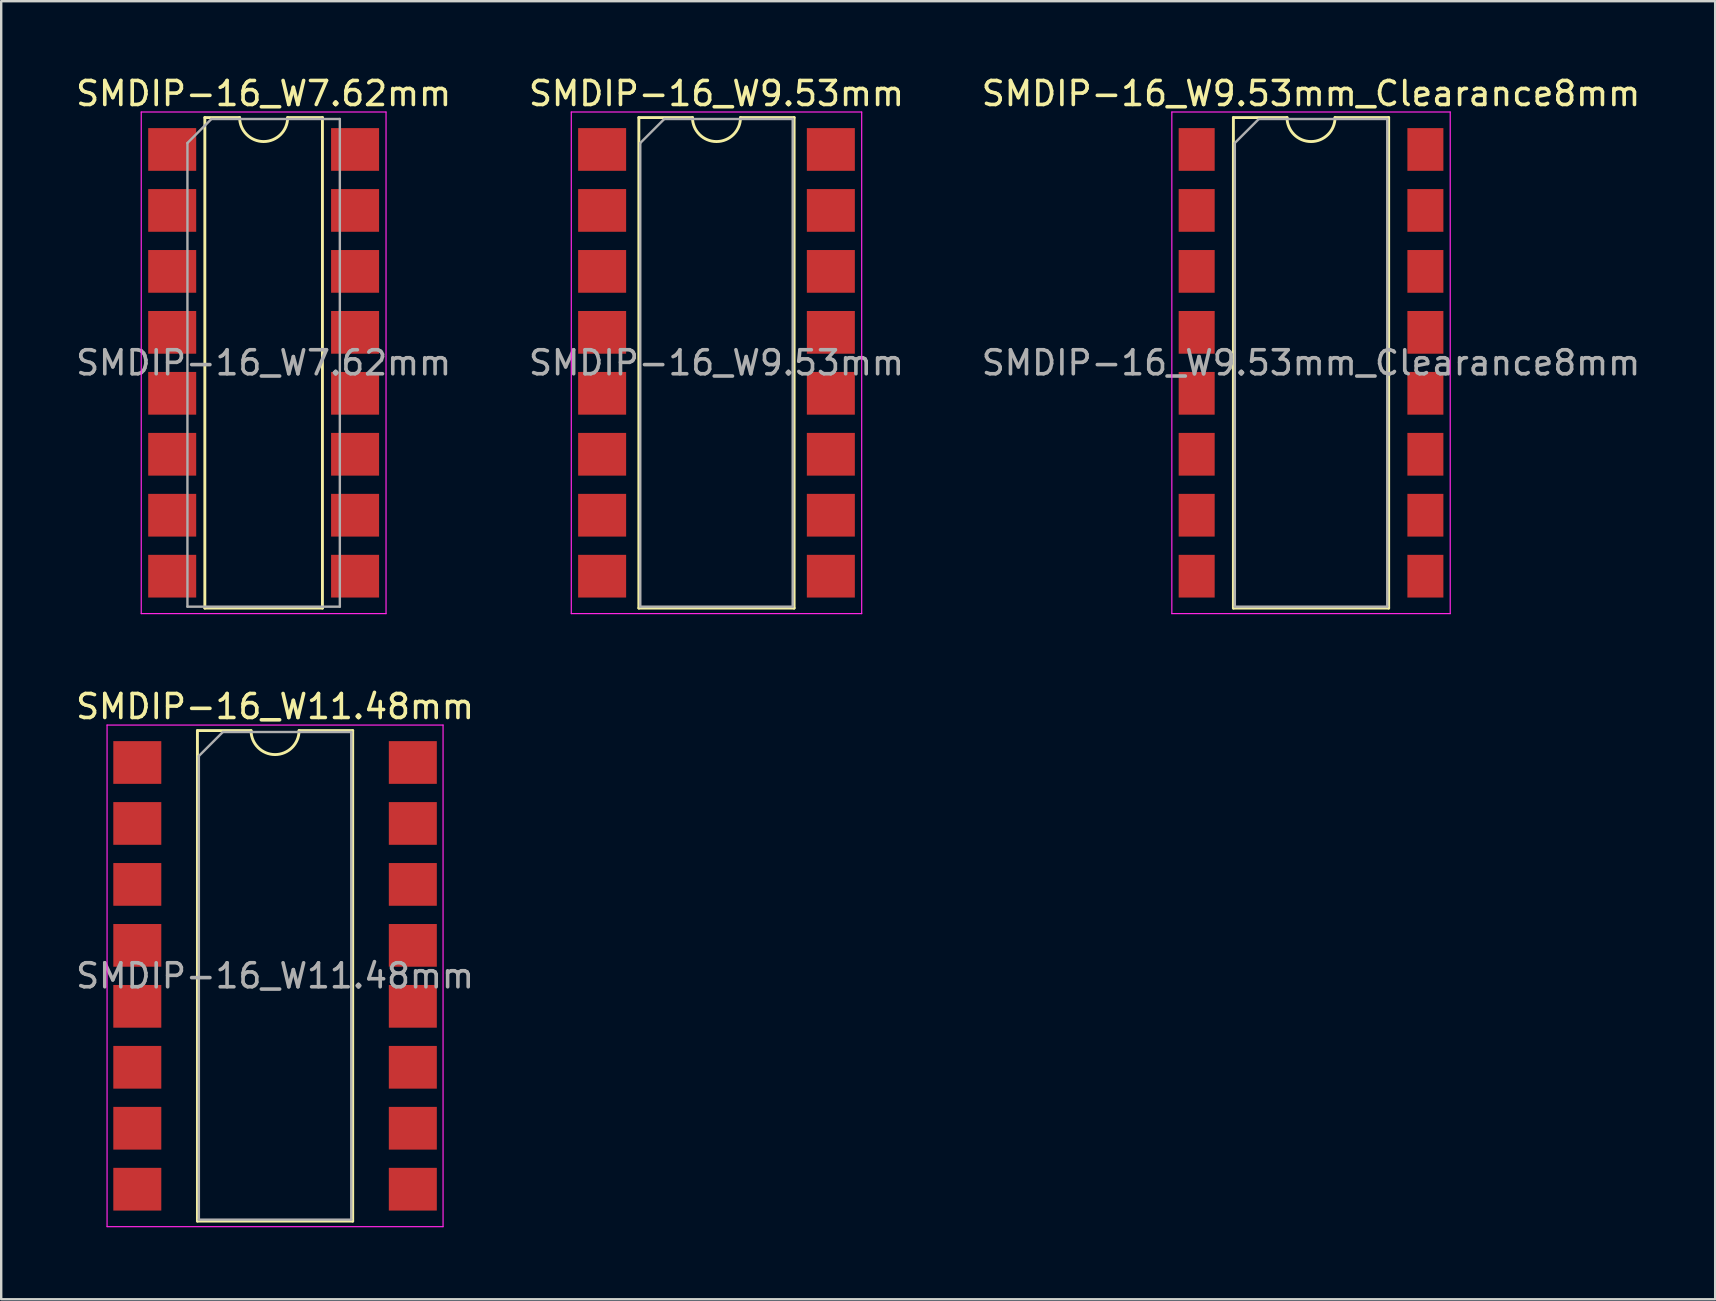
<source format=kicad_pcb>
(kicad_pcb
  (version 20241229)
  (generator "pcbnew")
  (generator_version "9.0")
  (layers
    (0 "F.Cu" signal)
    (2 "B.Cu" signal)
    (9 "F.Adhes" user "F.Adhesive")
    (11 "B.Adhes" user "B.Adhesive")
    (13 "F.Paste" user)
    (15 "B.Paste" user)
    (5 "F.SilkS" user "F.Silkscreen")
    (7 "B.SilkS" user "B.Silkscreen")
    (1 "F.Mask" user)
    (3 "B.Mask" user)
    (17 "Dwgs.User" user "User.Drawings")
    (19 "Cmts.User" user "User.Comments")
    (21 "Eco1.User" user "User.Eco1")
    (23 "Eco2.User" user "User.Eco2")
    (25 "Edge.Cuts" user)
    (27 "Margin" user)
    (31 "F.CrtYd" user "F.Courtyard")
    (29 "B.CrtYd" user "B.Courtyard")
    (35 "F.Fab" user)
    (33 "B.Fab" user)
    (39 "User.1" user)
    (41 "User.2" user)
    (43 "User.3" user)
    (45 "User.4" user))
  (footprint "SMDIP-16_W7.62mm"
    (layer "F.Cu")
    (at 7.935 12.068)
    (property "Reference" "SMDIP-16_W7.62mm" (at 0 -11.22 0) (layer "F.SilkS") (effects (font (size 1 1) (thickness 0.15))))
    (attr smd)
    (fp_line (start -2.45 -10.22) (end -2.45 10.22) (stroke (width 0.12) (type solid)) (layer "F.SilkS"))
    (fp_line (start -2.45 10.22) (end 2.45 10.22) (stroke (width 0.12) (type solid)) (layer "F.SilkS"))
    (fp_line (start -1 -10.22) (end -2.45 -10.22) (stroke (width 0.12) (type solid)) (layer "F.SilkS"))
    (fp_line (start 2.45 -10.22) (end 1 -10.22) (stroke (width 0.12) (type solid)) (layer "F.SilkS"))
    (fp_line (start 2.45 10.22) (end 2.45 -10.22) (stroke (width 0.12) (type solid)) (layer "F.SilkS"))
    (fp_arc (start 1 -10.22) (mid 0 -9.22) (end -1 -10.22) (stroke (width 0.12) (type solid)) (layer "F.SilkS"))
    (fp_line (start -5.1 -10.45) (end -5.1 10.45) (stroke (width 0.05) (type solid)) (layer "F.CrtYd"))
    (fp_line (start -5.1 10.45) (end 5.1 10.45) (stroke (width 0.05) (type solid)) (layer "F.CrtYd"))
    (fp_line (start 5.1 -10.45) (end -5.1 -10.45) (stroke (width 0.05) (type solid)) (layer "F.CrtYd"))
    (fp_line (start 5.1 10.45) (end 5.1 -10.45) (stroke (width 0.05) (type solid)) (layer "F.CrtYd"))
    (fp_line (start -3.175 -9.16) (end -2.175 -10.16) (stroke (width 0.1) (type solid)) (layer "F.Fab"))
    (fp_line (start -3.175 10.16) (end -3.175 -9.16) (stroke (width 0.1) (type solid)) (layer "F.Fab"))
    (fp_line (start -2.175 -10.16) (end 3.175 -10.16) (stroke (width 0.1) (type solid)) (layer "F.Fab"))
    (fp_line (start 3.175 -10.16) (end 3.175 10.16) (stroke (width 0.1) (type solid)) (layer "F.Fab"))
    (fp_line (start 3.175 10.16) (end -3.175 10.16) (stroke (width 0.1) (type solid)) (layer "F.Fab"))
    (fp_text user "${REFERENCE}" (at 0 0 0) (layer "F.Fab") (effects (font (size 1 1) (thickness 0.15))))
    (pad "1" smd rect (at -3.81 -8.89) (size 2 1.78) (layers "F.Cu" "F.Mask" "F.Paste"))
    (pad "2" smd rect (at -3.81 -6.35) (size 2 1.78) (layers "F.Cu" "F.Mask" "F.Paste"))
    (pad "3" smd rect (at -3.81 -3.81) (size 2 1.78) (layers "F.Cu" "F.Mask" "F.Paste"))
    (pad "4" smd rect (at -3.81 -1.27) (size 2 1.78) (layers "F.Cu" "F.Mask" "F.Paste"))
    (pad "5" smd rect (at -3.81 1.27) (size 2 1.78) (layers "F.Cu" "F.Mask" "F.Paste"))
    (pad "6" smd rect (at -3.81 3.81) (size 2 1.78) (layers "F.Cu" "F.Mask" "F.Paste"))
    (pad "7" smd rect (at -3.81 6.35) (size 2 1.78) (layers "F.Cu" "F.Mask" "F.Paste"))
    (pad "8" smd rect (at -3.81 8.89) (size 2 1.78) (layers "F.Cu" "F.Mask" "F.Paste"))
    (pad "9" smd rect (at 3.81 8.89) (size 2 1.78) (layers "F.Cu" "F.Mask" "F.Paste"))
    (pad "10" smd rect (at 3.81 6.35) (size 2 1.78) (layers "F.Cu" "F.Mask" "F.Paste"))
    (pad "11" smd rect (at 3.81 3.81) (size 2 1.78) (layers "F.Cu" "F.Mask" "F.Paste"))
    (pad "12" smd rect (at 3.81 1.27) (size 2 1.78) (layers "F.Cu" "F.Mask" "F.Paste"))
    (pad "13" smd rect (at 3.81 -1.27) (size 2 1.78) (layers "F.Cu" "F.Mask" "F.Paste"))
    (pad "14" smd rect (at 3.81 -3.81) (size 2 1.78) (layers "F.Cu" "F.Mask" "F.Paste"))
    (pad "15" smd rect (at 3.81 -6.35) (size 2 1.78) (layers "F.Cu" "F.Mask" "F.Paste"))
    (pad "16" smd rect (at 3.81 -8.89) (size 2 1.78) (layers "F.Cu" "F.Mask" "F.Paste")))
  (footprint "SMDIP-16_W11.48mm"
    (layer "F.Cu")
    (at 8.411 37.611)
    (property "Reference" "SMDIP-16_W11.48mm" (at 0 -11.22 0) (layer "F.SilkS") (effects (font (size 1 1) (thickness 0.15))))
    (attr smd)
    (fp_line (start -3.235 -10.22) (end -3.235 10.22) (stroke (width 0.12) (type solid)) (layer "F.SilkS"))
    (fp_line (start -3.235 10.22) (end 3.235 10.22) (stroke (width 0.12) (type solid)) (layer "F.SilkS"))
    (fp_line (start -1 -10.22) (end -3.235 -10.22) (stroke (width 0.12) (type solid)) (layer "F.SilkS"))
    (fp_line (start 3.235 -10.22) (end 1 -10.22) (stroke (width 0.12) (type solid)) (layer "F.SilkS"))
    (fp_line (start 3.235 10.22) (end 3.235 -10.22) (stroke (width 0.12) (type solid)) (layer "F.SilkS"))
    (fp_arc (start 1 -10.22) (mid 0 -9.22) (end -1 -10.22) (stroke (width 0.12) (type solid)) (layer "F.SilkS"))
    (fp_line (start -7 -10.45) (end -7 10.45) (stroke (width 0.05) (type solid)) (layer "F.CrtYd"))
    (fp_line (start -7 10.45) (end 7 10.45) (stroke (width 0.05) (type solid)) (layer "F.CrtYd"))
    (fp_line (start 7 -10.45) (end -7 -10.45) (stroke (width 0.05) (type solid)) (layer "F.CrtYd"))
    (fp_line (start 7 10.45) (end 7 -10.45) (stroke (width 0.05) (type solid)) (layer "F.CrtYd"))
    (fp_line (start -3.175 -9.16) (end -2.175 -10.16) (stroke (width 0.1) (type solid)) (layer "F.Fab"))
    (fp_line (start -3.175 10.16) (end -3.175 -9.16) (stroke (width 0.1) (type solid)) (layer "F.Fab"))
    (fp_line (start -2.175 -10.16) (end 3.175 -10.16) (stroke (width 0.1) (type solid)) (layer "F.Fab"))
    (fp_line (start 3.175 -10.16) (end 3.175 10.16) (stroke (width 0.1) (type solid)) (layer "F.Fab"))
    (fp_line (start 3.175 10.16) (end -3.175 10.16) (stroke (width 0.1) (type solid)) (layer "F.Fab"))
    (fp_text user "${REFERENCE}" (at 0 0 0) (layer "F.Fab") (effects (font (size 1 1) (thickness 0.15))))
    (pad "1" smd rect (at -5.74 -8.89) (size 2 1.78) (layers "F.Cu" "F.Mask" "F.Paste"))
    (pad "2" smd rect (at -5.74 -6.35) (size 2 1.78) (layers "F.Cu" "F.Mask" "F.Paste"))
    (pad "3" smd rect (at -5.74 -3.81) (size 2 1.78) (layers "F.Cu" "F.Mask" "F.Paste"))
    (pad "4" smd rect (at -5.74 -1.27) (size 2 1.78) (layers "F.Cu" "F.Mask" "F.Paste"))
    (pad "5" smd rect (at -5.74 1.27) (size 2 1.78) (layers "F.Cu" "F.Mask" "F.Paste"))
    (pad "6" smd rect (at -5.74 3.81) (size 2 1.78) (layers "F.Cu" "F.Mask" "F.Paste"))
    (pad "7" smd rect (at -5.74 6.35) (size 2 1.78) (layers "F.Cu" "F.Mask" "F.Paste"))
    (pad "8" smd rect (at -5.74 8.89) (size 2 1.78) (layers "F.Cu" "F.Mask" "F.Paste"))
    (pad "9" smd rect (at 5.74 8.89) (size 2 1.78) (layers "F.Cu" "F.Mask" "F.Paste"))
    (pad "10" smd rect (at 5.74 6.35) (size 2 1.78) (layers "F.Cu" "F.Mask" "F.Paste"))
    (pad "11" smd rect (at 5.74 3.81) (size 2 1.78) (layers "F.Cu" "F.Mask" "F.Paste"))
    (pad "12" smd rect (at 5.74 1.27) (size 2 1.78) (layers "F.Cu" "F.Mask" "F.Paste"))
    (pad "13" smd rect (at 5.74 -1.27) (size 2 1.78) (layers "F.Cu" "F.Mask" "F.Paste"))
    (pad "14" smd rect (at 5.74 -3.81) (size 2 1.78) (layers "F.Cu" "F.Mask" "F.Paste"))
    (pad "15" smd rect (at 5.74 -6.35) (size 2 1.78) (layers "F.Cu" "F.Mask" "F.Paste"))
    (pad "16" smd rect (at 5.74 -8.89) (size 2 1.78) (layers "F.Cu" "F.Mask" "F.Paste")))
  (footprint "SMDIP-16_W9.53mm"
    (layer "F.Cu")
    (at 26.804 12.068)
    (property "Reference" "SMDIP-16_W9.53mm" (at 0 -11.22 0) (layer "F.SilkS") (effects (font (size 1 1) (thickness 0.15))))
    (attr smd)
    (fp_line (start -3.235 -10.22) (end -3.235 10.22) (stroke (width 0.12) (type solid)) (layer "F.SilkS"))
    (fp_line (start -3.235 10.22) (end 3.235 10.22) (stroke (width 0.12) (type solid)) (layer "F.SilkS"))
    (fp_line (start -1 -10.22) (end -3.235 -10.22) (stroke (width 0.12) (type solid)) (layer "F.SilkS"))
    (fp_line (start 3.235 -10.22) (end 1 -10.22) (stroke (width 0.12) (type solid)) (layer "F.SilkS"))
    (fp_line (start 3.235 10.22) (end 3.235 -10.22) (stroke (width 0.12) (type solid)) (layer "F.SilkS"))
    (fp_arc (start 1 -10.22) (mid 0 -9.22) (end -1 -10.22) (stroke (width 0.12) (type solid)) (layer "F.SilkS"))
    (fp_line (start -6.05 -10.45) (end -6.05 10.45) (stroke (width 0.05) (type solid)) (layer "F.CrtYd"))
    (fp_line (start -6.05 10.45) (end 6.05 10.45) (stroke (width 0.05) (type solid)) (layer "F.CrtYd"))
    (fp_line (start 6.05 -10.45) (end -6.05 -10.45) (stroke (width 0.05) (type solid)) (layer "F.CrtYd"))
    (fp_line (start 6.05 10.45) (end 6.05 -10.45) (stroke (width 0.05) (type solid)) (layer "F.CrtYd"))
    (fp_line (start -3.175 -9.16) (end -2.175 -10.16) (stroke (width 0.1) (type solid)) (layer "F.Fab"))
    (fp_line (start -3.175 10.16) (end -3.175 -9.16) (stroke (width 0.1) (type solid)) (layer "F.Fab"))
    (fp_line (start -2.175 -10.16) (end 3.175 -10.16) (stroke (width 0.1) (type solid)) (layer "F.Fab"))
    (fp_line (start 3.175 -10.16) (end 3.175 10.16) (stroke (width 0.1) (type solid)) (layer "F.Fab"))
    (fp_line (start 3.175 10.16) (end -3.175 10.16) (stroke (width 0.1) (type solid)) (layer "F.Fab"))
    (fp_text user "${REFERENCE}" (at 0 0 0) (layer "F.Fab") (effects (font (size 1 1) (thickness 0.15))))
    (pad "1" smd rect (at -4.765 -8.89) (size 2 1.78) (layers "F.Cu" "F.Mask" "F.Paste"))
    (pad "2" smd rect (at -4.765 -6.35) (size 2 1.78) (layers "F.Cu" "F.Mask" "F.Paste"))
    (pad "3" smd rect (at -4.765 -3.81) (size 2 1.78) (layers "F.Cu" "F.Mask" "F.Paste"))
    (pad "4" smd rect (at -4.765 -1.27) (size 2 1.78) (layers "F.Cu" "F.Mask" "F.Paste"))
    (pad "5" smd rect (at -4.765 1.27) (size 2 1.78) (layers "F.Cu" "F.Mask" "F.Paste"))
    (pad "6" smd rect (at -4.765 3.81) (size 2 1.78) (layers "F.Cu" "F.Mask" "F.Paste"))
    (pad "7" smd rect (at -4.765 6.35) (size 2 1.78) (layers "F.Cu" "F.Mask" "F.Paste"))
    (pad "8" smd rect (at -4.765 8.89) (size 2 1.78) (layers "F.Cu" "F.Mask" "F.Paste"))
    (pad "9" smd rect (at 4.765 8.89) (size 2 1.78) (layers "F.Cu" "F.Mask" "F.Paste"))
    (pad "10" smd rect (at 4.765 6.35) (size 2 1.78) (layers "F.Cu" "F.Mask" "F.Paste"))
    (pad "11" smd rect (at 4.765 3.81) (size 2 1.78) (layers "F.Cu" "F.Mask" "F.Paste"))
    (pad "12" smd rect (at 4.765 1.27) (size 2 1.78) (layers "F.Cu" "F.Mask" "F.Paste"))
    (pad "13" smd rect (at 4.765 -1.27) (size 2 1.78) (layers "F.Cu" "F.Mask" "F.Paste"))
    (pad "14" smd rect (at 4.765 -3.81) (size 2 1.78) (layers "F.Cu" "F.Mask" "F.Paste"))
    (pad "15" smd rect (at 4.765 -6.35) (size 2 1.78) (layers "F.Cu" "F.Mask" "F.Paste"))
    (pad "16" smd rect (at 4.765 -8.89) (size 2 1.78) (layers "F.Cu" "F.Mask" "F.Paste")))
  (footprint "SMDIP-16_W9.53mm_Clearance8mm"
    (layer "F.Cu")
    (at 51.577 12.068)
    (property "Reference" "SMDIP-16_W9.53mm_Clearance8mm" (at 0 -11.22 0) (layer "F.SilkS") (effects (font (size 1 1) (thickness 0.15))))
    (attr smd)
    (fp_line (start -3.235 -10.22) (end -3.235 10.22) (stroke (width 0.12) (type solid)) (layer "F.SilkS"))
    (fp_line (start -3.235 10.22) (end 3.235 10.22) (stroke (width 0.12) (type solid)) (layer "F.SilkS"))
    (fp_line (start -1 -10.22) (end -3.235 -10.22) (stroke (width 0.12) (type solid)) (layer "F.SilkS"))
    (fp_line (start 3.235 -10.22) (end 1 -10.22) (stroke (width 0.12) (type solid)) (layer "F.SilkS"))
    (fp_line (start 3.235 10.22) (end 3.235 -10.22) (stroke (width 0.12) (type solid)) (layer "F.SilkS"))
    (fp_arc (start 1 -10.22) (mid 0 -9.22) (end -1 -10.22) (stroke (width 0.12) (type solid)) (layer "F.SilkS"))
    (fp_line (start -5.8 -10.45) (end -5.8 10.45) (stroke (width 0.05) (type solid)) (layer "F.CrtYd"))
    (fp_line (start -5.8 10.45) (end 5.8 10.45) (stroke (width 0.05) (type solid)) (layer "F.CrtYd"))
    (fp_line (start 5.8 -10.45) (end -5.8 -10.45) (stroke (width 0.05) (type solid)) (layer "F.CrtYd"))
    (fp_line (start 5.8 10.45) (end 5.8 -10.45) (stroke (width 0.05) (type solid)) (layer "F.CrtYd"))
    (fp_line (start -3.175 -9.16) (end -2.175 -10.16) (stroke (width 0.1) (type solid)) (layer "F.Fab"))
    (fp_line (start -3.175 10.16) (end -3.175 -9.16) (stroke (width 0.1) (type solid)) (layer "F.Fab"))
    (fp_line (start -2.175 -10.16) (end 3.175 -10.16) (stroke (width 0.1) (type solid)) (layer "F.Fab"))
    (fp_line (start 3.175 -10.16) (end 3.175 10.16) (stroke (width 0.1) (type solid)) (layer "F.Fab"))
    (fp_line (start 3.175 10.16) (end -3.175 10.16) (stroke (width 0.1) (type solid)) (layer "F.Fab"))
    (fp_text user "${REFERENCE}" (at 0 0 0) (layer "F.Fab") (effects (font (size 1 1) (thickness 0.15))))
    (pad "1" smd rect (at -4.765 -8.89) (size 1.5 1.78) (layers "F.Cu" "F.Mask" "F.Paste"))
    (pad "2" smd rect (at -4.765 -6.35) (size 1.5 1.78) (layers "F.Cu" "F.Mask" "F.Paste"))
    (pad "3" smd rect (at -4.765 -3.81) (size 1.5 1.78) (layers "F.Cu" "F.Mask" "F.Paste"))
    (pad "4" smd rect (at -4.765 -1.27) (size 1.5 1.78) (layers "F.Cu" "F.Mask" "F.Paste"))
    (pad "5" smd rect (at -4.765 1.27) (size 1.5 1.78) (layers "F.Cu" "F.Mask" "F.Paste"))
    (pad "6" smd rect (at -4.765 3.81) (size 1.5 1.78) (layers "F.Cu" "F.Mask" "F.Paste"))
    (pad "7" smd rect (at -4.765 6.35) (size 1.5 1.78) (layers "F.Cu" "F.Mask" "F.Paste"))
    (pad "8" smd rect (at -4.765 8.89) (size 1.5 1.78) (layers "F.Cu" "F.Mask" "F.Paste"))
    (pad "9" smd rect (at 4.765 8.89) (size 1.5 1.78) (layers "F.Cu" "F.Mask" "F.Paste"))
    (pad "10" smd rect (at 4.765 6.35) (size 1.5 1.78) (layers "F.Cu" "F.Mask" "F.Paste"))
    (pad "11" smd rect (at 4.765 3.81) (size 1.5 1.78) (layers "F.Cu" "F.Mask" "F.Paste"))
    (pad "12" smd rect (at 4.765 1.27) (size 1.5 1.78) (layers "F.Cu" "F.Mask" "F.Paste"))
    (pad "13" smd rect (at 4.765 -1.27) (size 1.5 1.78) (layers "F.Cu" "F.Mask" "F.Paste"))
    (pad "14" smd rect (at 4.765 -3.81) (size 1.5 1.78) (layers "F.Cu" "F.Mask" "F.Paste"))
    (pad "15" smd rect (at 4.765 -6.35) (size 1.5 1.78) (layers "F.Cu" "F.Mask" "F.Paste"))
    (pad "16" smd rect (at 4.765 -8.89) (size 1.5 1.78) (layers "F.Cu" "F.Mask" "F.Paste")))
  (gr_rect
    (start -3 -3)
    (end 68.417 51.087)
    (stroke (width 0.1) (type default))
    (fill no)
    (layer "Edge.Cuts")))
</source>
